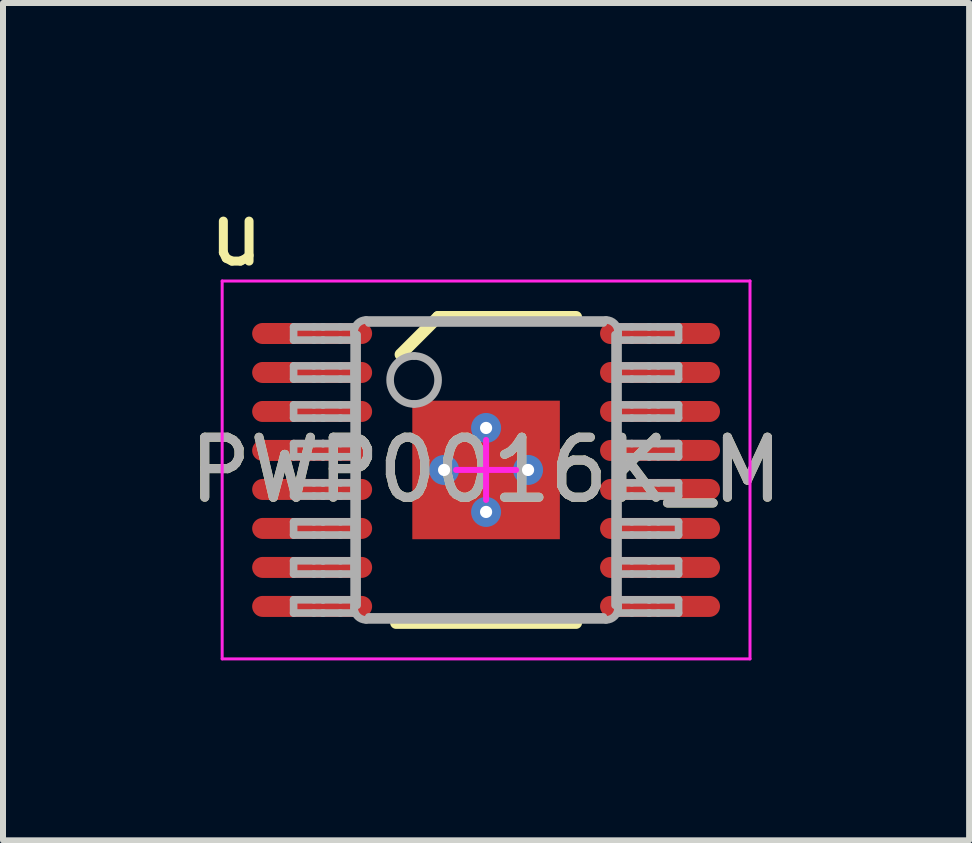
<source format=kicad_pcb>
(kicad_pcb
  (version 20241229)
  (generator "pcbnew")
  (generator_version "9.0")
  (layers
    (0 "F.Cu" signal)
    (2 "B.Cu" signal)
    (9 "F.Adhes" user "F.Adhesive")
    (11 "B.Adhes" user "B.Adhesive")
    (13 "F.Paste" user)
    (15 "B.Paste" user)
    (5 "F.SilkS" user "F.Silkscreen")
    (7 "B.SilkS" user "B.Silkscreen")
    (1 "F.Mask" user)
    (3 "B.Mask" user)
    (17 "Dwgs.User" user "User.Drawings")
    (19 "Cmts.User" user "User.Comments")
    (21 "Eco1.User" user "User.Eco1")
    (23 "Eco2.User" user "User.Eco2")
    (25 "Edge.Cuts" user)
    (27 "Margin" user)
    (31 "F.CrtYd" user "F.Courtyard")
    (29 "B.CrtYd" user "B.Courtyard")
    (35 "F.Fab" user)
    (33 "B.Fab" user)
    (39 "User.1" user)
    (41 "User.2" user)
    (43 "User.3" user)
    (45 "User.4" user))
  (footprint "PWP0016K_M"
    (layer "F.Cu")
    (at 5.054 4.785)
    (property "Reference" "PWP0016K_M" (at 0 0 0) (unlocked yes) (layer "F.SilkS") (effects (font (size 1 1) (thickness 0.15))))
    (attr smd)
    (fp_line (start -1.5 2.55) (end 1.5 2.55) (stroke (width 0.2) (type solid)) (layer "F.SilkS"))
    (fp_line (start -1.425 -1.925) (end -0.8 -2.55) (stroke (width 0.2) (type solid)) (layer "F.SilkS"))
    (fp_line (start -0.8 -2.55) (end 1.5 -2.55) (stroke (width 0.2) (type solid)) (layer "F.SilkS"))
    (fp_line (start -4.4 -3.15) (end 4.4 -3.15) (stroke (width 0.05) (type solid)) (layer "F.CrtYd"))
    (fp_line (start -4.4 3.15) (end -4.4 -3.15) (stroke (width 0.05) (type solid)) (layer "F.CrtYd"))
    (fp_line (start -4.4 3.15) (end 4.4 3.15) (stroke (width 0.05) (type solid)) (layer "F.CrtYd"))
    (fp_line (start -0.5 0.000003) (end 0.5 0.000003) (stroke (width 0.1) (type solid)) (layer "F.CrtYd"))
    (fp_line (start 0 0.5) (end 0 -0.5) (stroke (width 0.1) (type solid)) (layer "F.CrtYd"))
    (fp_line (start 4.4 3.15) (end 4.4 -3.15) (stroke (width 0.05) (type solid)) (layer "F.CrtYd"))
    (fp_line (start -3.209 -2.385) (end -2.871 -2.385) (stroke (width 0.127) (type solid)) (layer "F.Fab"))
    (fp_line (start -3.209 -2.165) (end -3.209 -2.385) (stroke (width 0.127) (type solid)) (layer "F.Fab"))
    (fp_line (start -3.209 -2.165) (end -2.871 -2.165) (stroke (width 0.127) (type solid)) (layer "F.Fab"))
    (fp_line (start -3.209 -1.735) (end -2.871 -1.735) (stroke (width 0.127) (type solid)) (layer "F.Fab"))
    (fp_line (start -3.209 -1.515) (end -3.209 -1.735) (stroke (width 0.127) (type solid)) (layer "F.Fab"))
    (fp_line (start -3.209 -1.515) (end -2.871 -1.515) (stroke (width 0.127) (type solid)) (layer "F.Fab"))
    (fp_line (start -3.209 -1.085) (end -2.871 -1.085) (stroke (width 0.127) (type solid)) (layer "F.Fab"))
    (fp_line (start -3.209 -0.865) (end -3.209 -1.085) (stroke (width 0.127) (type solid)) (layer "F.Fab"))
    (fp_line (start -3.209 -0.865) (end -2.871 -0.865) (stroke (width 0.127) (type solid)) (layer "F.Fab"))
    (fp_line (start -3.209 -0.44) (end -2.871 -0.44) (stroke (width 0.127) (type solid)) (layer "F.Fab"))
    (fp_line (start -3.209 -0.22) (end -3.209 -0.44) (stroke (width 0.127) (type solid)) (layer "F.Fab"))
    (fp_line (start -3.209 -0.22) (end -2.871 -0.22) (stroke (width 0.127) (type solid)) (layer "F.Fab"))
    (fp_line (start -3.209 0.215) (end -2.871 0.215) (stroke (width 0.127) (type solid)) (layer "F.Fab"))
    (fp_line (start -3.209 0.435) (end -3.209 0.215) (stroke (width 0.127) (type solid)) (layer "F.Fab"))
    (fp_line (start -3.209 0.435) (end -2.871 0.435) (stroke (width 0.127) (type solid)) (layer "F.Fab"))
    (fp_line (start -3.209 0.865) (end -2.871 0.865) (stroke (width 0.127) (type solid)) (layer "F.Fab"))
    (fp_line (start -3.209 1.085) (end -3.209 0.865) (stroke (width 0.127) (type solid)) (layer "F.Fab"))
    (fp_line (start -3.209 1.085) (end -2.871 1.085) (stroke (width 0.127) (type solid)) (layer "F.Fab"))
    (fp_line (start -3.209 1.515) (end -2.871 1.515) (stroke (width 0.127) (type solid)) (layer "F.Fab"))
    (fp_line (start -3.209 1.735) (end -3.209 1.515) (stroke (width 0.127) (type solid)) (layer "F.Fab"))
    (fp_line (start -3.209 1.735) (end -2.871 1.735) (stroke (width 0.127) (type solid)) (layer "F.Fab"))
    (fp_line (start -3.209 2.165) (end -2.871 2.165) (stroke (width 0.127) (type solid)) (layer "F.Fab"))
    (fp_line (start -3.209 2.385) (end -3.209 2.165) (stroke (width 0.127) (type solid)) (layer "F.Fab"))
    (fp_line (start -3.209 2.385) (end -2.871 2.385) (stroke (width 0.127) (type solid)) (layer "F.Fab"))
    (fp_line (start -2.871 -2.385) (end -2.723 -2.385) (stroke (width 0.127) (type solid)) (layer "F.Fab"))
    (fp_line (start -2.871 -2.165) (end -2.723 -2.165) (stroke (width 0.127) (type solid)) (layer "F.Fab"))
    (fp_line (start -2.871 -1.735) (end -2.723 -1.735) (stroke (width 0.127) (type solid)) (layer "F.Fab"))
    (fp_line (start -2.871 -1.515) (end -2.723 -1.515) (stroke (width 0.127) (type solid)) (layer "F.Fab"))
    (fp_line (start -2.871 -1.085) (end -2.723 -1.085) (stroke (width 0.127) (type solid)) (layer "F.Fab"))
    (fp_line (start -2.871 -0.865) (end -2.723 -0.865) (stroke (width 0.127) (type solid)) (layer "F.Fab"))
    (fp_line (start -2.871 -0.44) (end -2.723 -0.44) (stroke (width 0.127) (type solid)) (layer "F.Fab"))
    (fp_line (start -2.871 -0.22) (end -2.723 -0.22) (stroke (width 0.127) (type solid)) (layer "F.Fab"))
    (fp_line (start -2.871 0.215) (end -2.723 0.215) (stroke (width 0.127) (type solid)) (layer "F.Fab"))
    (fp_line (start -2.871 0.435) (end -2.723 0.435) (stroke (width 0.127) (type solid)) (layer "F.Fab"))
    (fp_line (start -2.871 0.865) (end -2.723 0.865) (stroke (width 0.127) (type solid)) (layer "F.Fab"))
    (fp_line (start -2.871 1.085) (end -2.723 1.085) (stroke (width 0.127) (type solid)) (layer "F.Fab"))
    (fp_line (start -2.871 1.515) (end -2.723 1.515) (stroke (width 0.127) (type solid)) (layer "F.Fab"))
    (fp_line (start -2.871 1.735) (end -2.723 1.735) (stroke (width 0.127) (type solid)) (layer "F.Fab"))
    (fp_line (start -2.871 2.165) (end -2.723 2.165) (stroke (width 0.127) (type solid)) (layer "F.Fab"))
    (fp_line (start -2.871 2.385) (end -2.723 2.385) (stroke (width 0.127) (type solid)) (layer "F.Fab"))
    (fp_line (start -2.723 -2.385) (end -2.714 -2.385) (stroke (width 0.127) (type solid)) (layer "F.Fab"))
    (fp_line (start -2.723 -2.165) (end -2.714 -2.165) (stroke (width 0.127) (type solid)) (layer "F.Fab"))
    (fp_line (start -2.723 -1.735) (end -2.714 -1.735) (stroke (width 0.127) (type solid)) (layer "F.Fab"))
    (fp_line (start -2.723 -1.515) (end -2.714 -1.515) (stroke (width 0.127) (type solid)) (layer "F.Fab"))
    (fp_line (start -2.723 -1.085) (end -2.714 -1.085) (stroke (width 0.127) (type solid)) (layer "F.Fab"))
    (fp_line (start -2.723 -0.865) (end -2.714 -0.865) (stroke (width 0.127) (type solid)) (layer "F.Fab"))
    (fp_line (start -2.723 -0.44) (end -2.714 -0.44) (stroke (width 0.127) (type solid)) (layer "F.Fab"))
    (fp_line (start -2.723 -0.22) (end -2.714 -0.22) (stroke (width 0.127) (type solid)) (layer "F.Fab"))
    (fp_line (start -2.723 0.215) (end -2.714 0.215) (stroke (width 0.127) (type solid)) (layer "F.Fab"))
    (fp_line (start -2.723 0.435) (end -2.714 0.435) (stroke (width 0.127) (type solid)) (layer "F.Fab"))
    (fp_line (start -2.723 0.865) (end -2.714 0.865) (stroke (width 0.127) (type solid)) (layer "F.Fab"))
    (fp_line (start -2.723 1.085) (end -2.714 1.085) (stroke (width 0.127) (type solid)) (layer "F.Fab"))
    (fp_line (start -2.723 1.515) (end -2.714 1.515) (stroke (width 0.127) (type solid)) (layer "F.Fab"))
    (fp_line (start -2.723 1.735) (end -2.714 1.735) (stroke (width 0.127) (type solid)) (layer "F.Fab"))
    (fp_line (start -2.723 2.165) (end -2.714 2.165) (stroke (width 0.127) (type solid)) (layer "F.Fab"))
    (fp_line (start -2.723 2.385) (end -2.714 2.385) (stroke (width 0.127) (type solid)) (layer "F.Fab"))
    (fp_line (start -2.714 -2.385) (end -2.429 -2.385) (stroke (width 0.127) (type solid)) (layer "F.Fab"))
    (fp_line (start -2.714 -2.165) (end -2.429 -2.165) (stroke (width 0.127) (type solid)) (layer "F.Fab"))
    (fp_line (start -2.714 -1.735) (end -2.429 -1.735) (stroke (width 0.127) (type solid)) (layer "F.Fab"))
    (fp_line (start -2.714 -1.515) (end -2.429 -1.515) (stroke (width 0.127) (type solid)) (layer "F.Fab"))
    (fp_line (start -2.714 -1.085) (end -2.429 -1.085) (stroke (width 0.127) (type solid)) (layer "F.Fab"))
    (fp_line (start -2.714 -0.865) (end -2.429 -0.865) (stroke (width 0.127) (type solid)) (layer "F.Fab"))
    (fp_line (start -2.714 -0.44) (end -2.429 -0.44) (stroke (width 0.127) (type solid)) (layer "F.Fab"))
    (fp_line (start -2.714 -0.22) (end -2.429 -0.22) (stroke (width 0.127) (type solid)) (layer "F.Fab"))
    (fp_line (start -2.714 0.215) (end -2.429 0.215) (stroke (width 0.127) (type solid)) (layer "F.Fab"))
    (fp_line (start -2.714 0.435) (end -2.429 0.435) (stroke (width 0.127) (type solid)) (layer "F.Fab"))
    (fp_line (start -2.714 0.865) (end -2.429 0.865) (stroke (width 0.127) (type solid)) (layer "F.Fab"))
    (fp_line (start -2.714 1.085) (end -2.429 1.085) (stroke (width 0.127) (type solid)) (layer "F.Fab"))
    (fp_line (start -2.714 1.515) (end -2.429 1.515) (stroke (width 0.127) (type solid)) (layer "F.Fab"))
    (fp_line (start -2.714 1.735) (end -2.429 1.735) (stroke (width 0.127) (type solid)) (layer "F.Fab"))
    (fp_line (start -2.714 2.165) (end -2.429 2.165) (stroke (width 0.127) (type solid)) (layer "F.Fab"))
    (fp_line (start -2.714 2.385) (end -2.429 2.385) (stroke (width 0.127) (type solid)) (layer "F.Fab"))
    (fp_line (start -2.429 -2.385) (end -2.2 -2.385) (stroke (width 0.127) (type solid)) (layer "F.Fab"))
    (fp_line (start -2.429 -2.165) (end -2.2 -2.165) (stroke (width 0.127) (type solid)) (layer "F.Fab"))
    (fp_line (start -2.429 -1.735) (end -2.2 -1.735) (stroke (width 0.127) (type solid)) (layer "F.Fab"))
    (fp_line (start -2.429 -1.515) (end -2.2 -1.515) (stroke (width 0.127) (type solid)) (layer "F.Fab"))
    (fp_line (start -2.429 -1.085) (end -2.2 -1.085) (stroke (width 0.127) (type solid)) (layer "F.Fab"))
    (fp_line (start -2.429 -0.865) (end -2.2 -0.865) (stroke (width 0.127) (type solid)) (layer "F.Fab"))
    (fp_line (start -2.429 -0.44) (end -2.2 -0.44) (stroke (width 0.127) (type solid)) (layer "F.Fab"))
    (fp_line (start -2.429 -0.22) (end -2.2 -0.22) (stroke (width 0.127) (type solid)) (layer "F.Fab"))
    (fp_line (start -2.429 0.215) (end -2.2 0.215) (stroke (width 0.127) (type solid)) (layer "F.Fab"))
    (fp_line (start -2.429 0.435) (end -2.2 0.435) (stroke (width 0.127) (type solid)) (layer "F.Fab"))
    (fp_line (start -2.429 0.865) (end -2.2 0.865) (stroke (width 0.127) (type solid)) (layer "F.Fab"))
    (fp_line (start -2.429 1.085) (end -2.2 1.085) (stroke (width 0.127) (type solid)) (layer "F.Fab"))
    (fp_line (start -2.429 1.515) (end -2.2 1.515) (stroke (width 0.127) (type solid)) (layer "F.Fab"))
    (fp_line (start -2.429 1.735) (end -2.2 1.735) (stroke (width 0.127) (type solid)) (layer "F.Fab"))
    (fp_line (start -2.429 2.165) (end -2.2 2.165) (stroke (width 0.127) (type solid)) (layer "F.Fab"))
    (fp_line (start -2.429 2.385) (end -2.2 2.385) (stroke (width 0.127) (type solid)) (layer "F.Fab"))
    (fp_line (start -2.2 -2.165) (end -2.2 -2.385) (stroke (width 0.127) (type solid)) (layer "F.Fab"))
    (fp_line (start -2.2 -1.515) (end -2.2 -1.735) (stroke (width 0.127) (type solid)) (layer "F.Fab"))
    (fp_line (start -2.2 -0.865) (end -2.2 -1.085) (stroke (width 0.127) (type solid)) (layer "F.Fab"))
    (fp_line (start -2.2 -0.22) (end -2.2 -0.44) (stroke (width 0.127) (type solid)) (layer "F.Fab"))
    (fp_line (start -2.2 0.435) (end -2.2 0.215) (stroke (width 0.127) (type solid)) (layer "F.Fab"))
    (fp_line (start -2.2 1.085) (end -2.2 0.865) (stroke (width 0.127) (type solid)) (layer "F.Fab"))
    (fp_line (start -2.2 1.735) (end -2.2 1.515) (stroke (width 0.127) (type solid)) (layer "F.Fab"))
    (fp_line (start -2.2 2.3) (end -2.2 -2.3) (stroke (width 0.127) (type solid)) (layer "F.Fab"))
    (fp_line (start -2.2 2.385) (end -2.2 2.165) (stroke (width 0.127) (type solid)) (layer "F.Fab"))
    (fp_line (start -2.15 2.256) (end -2.15 -2.256) (stroke (width 0.127) (type solid)) (layer "F.Fab"))
    (fp_line (start -2 -2.5) (end 2 -2.5) (stroke (width 0.127) (type solid)) (layer "F.Fab"))
    (fp_line (start -2 2.5) (end 2 2.5) (stroke (width 0.127) (type solid)) (layer "F.Fab"))
    (fp_line (start -1.956 -2.45) (end 1.956 -2.45) (stroke (width 0.127) (type solid)) (layer "F.Fab"))
    (fp_line (start -1.956 2.45) (end 1.956 2.45) (stroke (width 0.127) (type solid)) (layer "F.Fab"))
    (fp_line (start 2.15 2.256) (end 2.15 -2.256) (stroke (width 0.127) (type solid)) (layer "F.Fab"))
    (fp_line (start 2.2 -2.385) (end 2.429 -2.385) (stroke (width 0.127) (type solid)) (layer "F.Fab"))
    (fp_line (start 2.2 -2.165) (end 2.2 -2.385) (stroke (width 0.127) (type solid)) (layer "F.Fab"))
    (fp_line (start 2.2 -2.165) (end 2.429 -2.165) (stroke (width 0.127) (type solid)) (layer "F.Fab"))
    (fp_line (start 2.2 -1.735) (end 2.429 -1.735) (stroke (width 0.127) (type solid)) (layer "F.Fab"))
    (fp_line (start 2.2 -1.515) (end 2.2 -1.735) (stroke (width 0.127) (type solid)) (layer "F.Fab"))
    (fp_line (start 2.2 -1.515) (end 2.429 -1.515) (stroke (width 0.127) (type solid)) (layer "F.Fab"))
    (fp_line (start 2.2 -1.085) (end 2.429 -1.085) (stroke (width 0.127) (type solid)) (layer "F.Fab"))
    (fp_line (start 2.2 -0.865) (end 2.2 -1.085) (stroke (width 0.127) (type solid)) (layer "F.Fab"))
    (fp_line (start 2.2 -0.865) (end 2.429 -0.865) (stroke (width 0.127) (type solid)) (layer "F.Fab"))
    (fp_line (start 2.2 -0.44) (end 2.429 -0.44) (stroke (width 0.127) (type solid)) (layer "F.Fab"))
    (fp_line (start 2.2 -0.22) (end 2.2 -0.44) (stroke (width 0.127) (type solid)) (layer "F.Fab"))
    (fp_line (start 2.2 -0.22) (end 2.429 -0.22) (stroke (width 0.127) (type solid)) (layer "F.Fab"))
    (fp_line (start 2.2 0.215) (end 2.429 0.215) (stroke (width 0.127) (type solid)) (layer "F.Fab"))
    (fp_line (start 2.2 0.435) (end 2.2 0.215) (stroke (width 0.127) (type solid)) (layer "F.Fab"))
    (fp_line (start 2.2 0.435) (end 2.429 0.435) (stroke (width 0.127) (type solid)) (layer "F.Fab"))
    (fp_line (start 2.2 0.865) (end 2.429 0.865) (stroke (width 0.127) (type solid)) (layer "F.Fab"))
    (fp_line (start 2.2 1.085) (end 2.2 0.865) (stroke (width 0.127) (type solid)) (layer "F.Fab"))
    (fp_line (start 2.2 1.085) (end 2.429 1.085) (stroke (width 0.127) (type solid)) (layer "F.Fab"))
    (fp_line (start 2.2 1.515) (end 2.429 1.515) (stroke (width 0.127) (type solid)) (layer "F.Fab"))
    (fp_line (start 2.2 1.735) (end 2.2 1.515) (stroke (width 0.127) (type solid)) (layer "F.Fab"))
    (fp_line (start 2.2 1.735) (end 2.429 1.735) (stroke (width 0.127) (type solid)) (layer "F.Fab"))
    (fp_line (start 2.2 2.165) (end 2.429 2.165) (stroke (width 0.127) (type solid)) (layer "F.Fab"))
    (fp_line (start 2.2 2.3) (end 2.2 -2.3) (stroke (width 0.127) (type solid)) (layer "F.Fab"))
    (fp_line (start 2.2 2.385) (end 2.2 2.165) (stroke (width 0.127) (type solid)) (layer "F.Fab"))
    (fp_line (start 2.2 2.385) (end 2.429 2.385) (stroke (width 0.127) (type solid)) (layer "F.Fab"))
    (fp_line (start 2.429 -2.385) (end 2.714 -2.385) (stroke (width 0.127) (type solid)) (layer "F.Fab"))
    (fp_line (start 2.429 -2.165) (end 2.714 -2.165) (stroke (width 0.127) (type solid)) (layer "F.Fab"))
    (fp_line (start 2.429 -1.735) (end 2.714 -1.735) (stroke (width 0.127) (type solid)) (layer "F.Fab"))
    (fp_line (start 2.429 -1.515) (end 2.714 -1.515) (stroke (width 0.127) (type solid)) (layer "F.Fab"))
    (fp_line (start 2.429 -1.085) (end 2.714 -1.085) (stroke (width 0.127) (type solid)) (layer "F.Fab"))
    (fp_line (start 2.429 -0.865) (end 2.714 -0.865) (stroke (width 0.127) (type solid)) (layer "F.Fab"))
    (fp_line (start 2.429 -0.44) (end 2.714 -0.44) (stroke (width 0.127) (type solid)) (layer "F.Fab"))
    (fp_line (start 2.429 -0.22) (end 2.714 -0.22) (stroke (width 0.127) (type solid)) (layer "F.Fab"))
    (fp_line (start 2.429 0.215) (end 2.714 0.215) (stroke (width 0.127) (type solid)) (layer "F.Fab"))
    (fp_line (start 2.429 0.435) (end 2.714 0.435) (stroke (width 0.127) (type solid)) (layer "F.Fab"))
    (fp_line (start 2.429 0.865) (end 2.714 0.865) (stroke (width 0.127) (type solid)) (layer "F.Fab"))
    (fp_line (start 2.429 1.085) (end 2.714 1.085) (stroke (width 0.127) (type solid)) (layer "F.Fab"))
    (fp_line (start 2.429 1.515) (end 2.714 1.515) (stroke (width 0.127) (type solid)) (layer "F.Fab"))
    (fp_line (start 2.429 1.735) (end 2.714 1.735) (stroke (width 0.127) (type solid)) (layer "F.Fab"))
    (fp_line (start 2.429 2.165) (end 2.714 2.165) (stroke (width 0.127) (type solid)) (layer "F.Fab"))
    (fp_line (start 2.429 2.385) (end 2.714 2.385) (stroke (width 0.127) (type solid)) (layer "F.Fab"))
    (fp_line (start 2.714 -2.385) (end 2.723 -2.385) (stroke (width 0.127) (type solid)) (layer "F.Fab"))
    (fp_line (start 2.714 -2.165) (end 2.723 -2.165) (stroke (width 0.127) (type solid)) (layer "F.Fab"))
    (fp_line (start 2.714 -1.735) (end 2.723 -1.735) (stroke (width 0.127) (type solid)) (layer "F.Fab"))
    (fp_line (start 2.714 -1.515) (end 2.723 -1.515) (stroke (width 0.127) (type solid)) (layer "F.Fab"))
    (fp_line (start 2.714 -1.085) (end 2.723 -1.085) (stroke (width 0.127) (type solid)) (layer "F.Fab"))
    (fp_line (start 2.714 -0.865) (end 2.723 -0.865) (stroke (width 0.127) (type solid)) (layer "F.Fab"))
    (fp_line (start 2.714 -0.44) (end 2.723 -0.44) (stroke (width 0.127) (type solid)) (layer "F.Fab"))
    (fp_line (start 2.714 -0.22) (end 2.723 -0.22) (stroke (width 0.127) (type solid)) (layer "F.Fab"))
    (fp_line (start 2.714 0.215) (end 2.723 0.215) (stroke (width 0.127) (type solid)) (layer "F.Fab"))
    (fp_line (start 2.714 0.435) (end 2.723 0.435) (stroke (width 0.127) (type solid)) (layer "F.Fab"))
    (fp_line (start 2.714 0.865) (end 2.723 0.865) (stroke (width 0.127) (type solid)) (layer "F.Fab"))
    (fp_line (start 2.714 1.085) (end 2.723 1.085) (stroke (width 0.127) (type solid)) (layer "F.Fab"))
    (fp_line (start 2.714 1.515) (end 2.723 1.515) (stroke (width 0.127) (type solid)) (layer "F.Fab"))
    (fp_line (start 2.714 1.735) (end 2.723 1.735) (stroke (width 0.127) (type solid)) (layer "F.Fab"))
    (fp_line (start 2.714 2.165) (end 2.723 2.165) (stroke (width 0.127) (type solid)) (layer "F.Fab"))
    (fp_line (start 2.714 2.385) (end 2.723 2.385) (stroke (width 0.127) (type solid)) (layer "F.Fab"))
    (fp_line (start 2.723 -2.385) (end 2.871 -2.385) (stroke (width 0.127) (type solid)) (layer "F.Fab"))
    (fp_line (start 2.723 -2.165) (end 2.871 -2.165) (stroke (width 0.127) (type solid)) (layer "F.Fab"))
    (fp_line (start 2.723 -1.735) (end 2.871 -1.735) (stroke (width 0.127) (type solid)) (layer "F.Fab"))
    (fp_line (start 2.723 -1.515) (end 2.871 -1.515) (stroke (width 0.127) (type solid)) (layer "F.Fab"))
    (fp_line (start 2.723 -1.085) (end 2.871 -1.085) (stroke (width 0.127) (type solid)) (layer "F.Fab"))
    (fp_line (start 2.723 -0.865) (end 2.871 -0.865) (stroke (width 0.127) (type solid)) (layer "F.Fab"))
    (fp_line (start 2.723 -0.44) (end 2.871 -0.44) (stroke (width 0.127) (type solid)) (layer "F.Fab"))
    (fp_line (start 2.723 -0.22) (end 2.871 -0.22) (stroke (width 0.127) (type solid)) (layer "F.Fab"))
    (fp_line (start 2.723 0.215) (end 2.871 0.215) (stroke (width 0.127) (type solid)) (layer "F.Fab"))
    (fp_line (start 2.723 0.435) (end 2.871 0.435) (stroke (width 0.127) (type solid)) (layer "F.Fab"))
    (fp_line (start 2.723 0.865) (end 2.871 0.865) (stroke (width 0.127) (type solid)) (layer "F.Fab"))
    (fp_line (start 2.723 1.085) (end 2.871 1.085) (stroke (width 0.127) (type solid)) (layer "F.Fab"))
    (fp_line (start 2.723 1.515) (end 2.871 1.515) (stroke (width 0.127) (type solid)) (layer "F.Fab"))
    (fp_line (start 2.723 1.735) (end 2.871 1.735) (stroke (width 0.127) (type solid)) (layer "F.Fab"))
    (fp_line (start 2.723 2.165) (end 2.871 2.165) (stroke (width 0.127) (type solid)) (layer "F.Fab"))
    (fp_line (start 2.723 2.385) (end 2.871 2.385) (stroke (width 0.127) (type solid)) (layer "F.Fab"))
    (fp_line (start 2.871 -2.385) (end 3.209 -2.385) (stroke (width 0.127) (type solid)) (layer "F.Fab"))
    (fp_line (start 2.871 -2.165) (end 3.209 -2.165) (stroke (width 0.127) (type solid)) (layer "F.Fab"))
    (fp_line (start 2.871 -1.735) (end 3.209 -1.735) (stroke (width 0.127) (type solid)) (layer "F.Fab"))
    (fp_line (start 2.871 -1.515) (end 3.209 -1.515) (stroke (width 0.127) (type solid)) (layer "F.Fab"))
    (fp_line (start 2.871 -1.085) (end 3.209 -1.085) (stroke (width 0.127) (type solid)) (layer "F.Fab"))
    (fp_line (start 2.871 -0.865) (end 3.209 -0.865) (stroke (width 0.127) (type solid)) (layer "F.Fab"))
    (fp_line (start 2.871 -0.44) (end 3.209 -0.44) (stroke (width 0.127) (type solid)) (layer "F.Fab"))
    (fp_line (start 2.871 -0.22) (end 3.209 -0.22) (stroke (width 0.127) (type solid)) (layer "F.Fab"))
    (fp_line (start 2.871 0.215) (end 3.209 0.215) (stroke (width 0.127) (type solid)) (layer "F.Fab"))
    (fp_line (start 2.871 0.435) (end 3.209 0.435) (stroke (width 0.127) (type solid)) (layer "F.Fab"))
    (fp_line (start 2.871 0.865) (end 3.209 0.865) (stroke (width 0.127) (type solid)) (layer "F.Fab"))
    (fp_line (start 2.871 1.085) (end 3.209 1.085) (stroke (width 0.127) (type solid)) (layer "F.Fab"))
    (fp_line (start 2.871 1.515) (end 3.209 1.515) (stroke (width 0.127) (type solid)) (layer "F.Fab"))
    (fp_line (start 2.871 1.735) (end 3.209 1.735) (stroke (width 0.127) (type solid)) (layer "F.Fab"))
    (fp_line (start 2.871 2.165) (end 3.209 2.165) (stroke (width 0.127) (type solid)) (layer "F.Fab"))
    (fp_line (start 2.871 2.385) (end 3.209 2.385) (stroke (width 0.127) (type solid)) (layer "F.Fab"))
    (fp_line (start 3.209 -2.165) (end 3.209 -2.385) (stroke (width 0.127) (type solid)) (layer "F.Fab"))
    (fp_line (start 3.209 -1.515) (end 3.209 -1.735) (stroke (width 0.127) (type solid)) (layer "F.Fab"))
    (fp_line (start 3.209 -0.865) (end 3.209 -1.085) (stroke (width 0.127) (type solid)) (layer "F.Fab"))
    (fp_line (start 3.209 -0.22) (end 3.209 -0.44) (stroke (width 0.127) (type solid)) (layer "F.Fab"))
    (fp_line (start 3.209 0.435) (end 3.209 0.215) (stroke (width 0.127) (type solid)) (layer "F.Fab"))
    (fp_line (start 3.209 1.085) (end 3.209 0.865) (stroke (width 0.127) (type solid)) (layer "F.Fab"))
    (fp_line (start 3.209 1.735) (end 3.209 1.515) (stroke (width 0.127) (type solid)) (layer "F.Fab"))
    (fp_line (start 3.209 2.385) (end 3.209 2.165) (stroke (width 0.127) (type solid)) (layer "F.Fab"))
    (fp_arc (start -2.200001 -2.300015) (mid -2.141422 -2.441437) (end -2.000001 -2.500015) (stroke (width 0.127) (type solid)) (layer "F.Fab"))
    (fp_arc (start -2.000001 2.5) (mid -2.141422 2.441422) (end -2.200001 2.3) (stroke (width 0.127) (type solid)) (layer "F.Fab"))
    (fp_arc (start -1.200003 -1.900017) (mid -0.800003 -1.500017) (end -1.200003 -1.100018) (stroke (width 0.127) (type solid)) (layer "F.Fab"))
    (fp_arc (start -1.200003 -1.100018) (mid -1.600002 -1.500017) (end -1.200003 -1.900017) (stroke (width 0.127) (type solid)) (layer "F.Fab"))
    (fp_arc (start 1.999991 -2.500015) (mid 2.141412 -2.441437) (end 2.199991 -2.300016) (stroke (width 0.127) (type solid)) (layer "F.Fab"))
    (fp_arc (start 2.199991 2.3) (mid 2.141412 2.441422) (end 1.999991 2.5) (stroke (width 0.127) (type solid)) (layer "F.Fab"))
    (fp_text user "u" (at -4.166 -3.937 0) (unlocked yes) (layer "F.SilkS") (effects (font (size 1 1) (thickness 0.15))))
    (fp_text user "${REFERENCE}" (at 0 0 0) (unlocked yes) (layer "F.Fab") (effects (font (size 1 1) (thickness 0.15))))
    (pad "1" smd oval (at -2.9 -2.275 90) (size 0.35 2) (layers "F.Cu" "F.Mask" "F.Paste"))
    (pad "2" smd oval (at -2.9 -1.625 90) (size 0.35 2) (layers "F.Cu" "F.Mask" "F.Paste"))
    (pad "3" smd oval (at -2.9 -0.975 90) (size 0.35 2) (layers "F.Cu" "F.Mask" "F.Paste"))
    (pad "4" smd oval (at -2.9 -0.325 90) (size 0.35 2) (layers "F.Cu" "F.Mask" "F.Paste"))
    (pad "5" smd oval (at -2.9 0.325 90) (size 0.35 2) (layers "F.Cu" "F.Mask" "F.Paste"))
    (pad "6" smd oval (at -2.9 0.975 90) (size 0.35 2) (layers "F.Cu" "F.Mask" "F.Paste"))
    (pad "7" smd oval (at -2.9 1.625 90) (size 0.35 2) (layers "F.Cu" "F.Mask" "F.Paste"))
    (pad "8" smd oval (at -2.9 2.275 90) (size 0.35 2) (layers "F.Cu" "F.Mask" "F.Paste"))
    (pad "9" smd oval (at 2.9 2.275 90) (size 0.35 2) (layers "F.Cu" "F.Mask" "F.Paste"))
    (pad "10" smd oval (at 2.9 1.625 90) (size 0.35 2) (layers "F.Cu" "F.Mask" "F.Paste"))
    (pad "11" smd oval (at 2.9 0.975 90) (size 0.35 2) (layers "F.Cu" "F.Mask" "F.Paste"))
    (pad "12" smd oval (at 2.9 0.325 90) (size 0.35 2) (layers "F.Cu" "F.Mask" "F.Paste"))
    (pad "13" smd oval (at 2.9 -0.325 90) (size 0.35 2) (layers "F.Cu" "F.Mask" "F.Paste"))
    (pad "14" smd oval (at 2.9 -0.975 90) (size 0.35 2) (layers "F.Cu" "F.Mask" "F.Paste"))
    (pad "15" smd oval (at 2.9 -1.625 90) (size 0.35 2) (layers "F.Cu" "F.Mask" "F.Paste"))
    (pad "16" smd oval (at 2.9 -2.275 90) (size 0.35 2) (layers "F.Cu" "F.Mask" "F.Paste"))
    (pad "17" smd rect (at 0 0) (size 2.46 2.31) (layers "F.Cu" "F.Mask" "F.Paste"))
    (pad "V" thru_hole circle (at -0.7 0) (size 0.5 0.5) (drill 0.203) (layers "*.Cu" "*.Mask"))
    (pad "V" thru_hole circle (at 0 -0.7) (size 0.5 0.5) (drill 0.203) (layers "*.Cu" "*.Mask"))
    (pad "V" thru_hole circle (at 0 0.7) (size 0.5 0.5) (drill 0.203) (layers "*.Cu" "*.Mask"))
    (pad "V" thru_hole circle (at 0.7 0) (size 0.5 0.5) (drill 0.203) (layers "*.Cu" "*.Mask")))
  (gr_rect
    (start -3 -3)
    (end 13.107 10.96)
    (stroke (width 0.1) (type default))
    (fill no)
    (layer "Edge.Cuts")))
</source>
